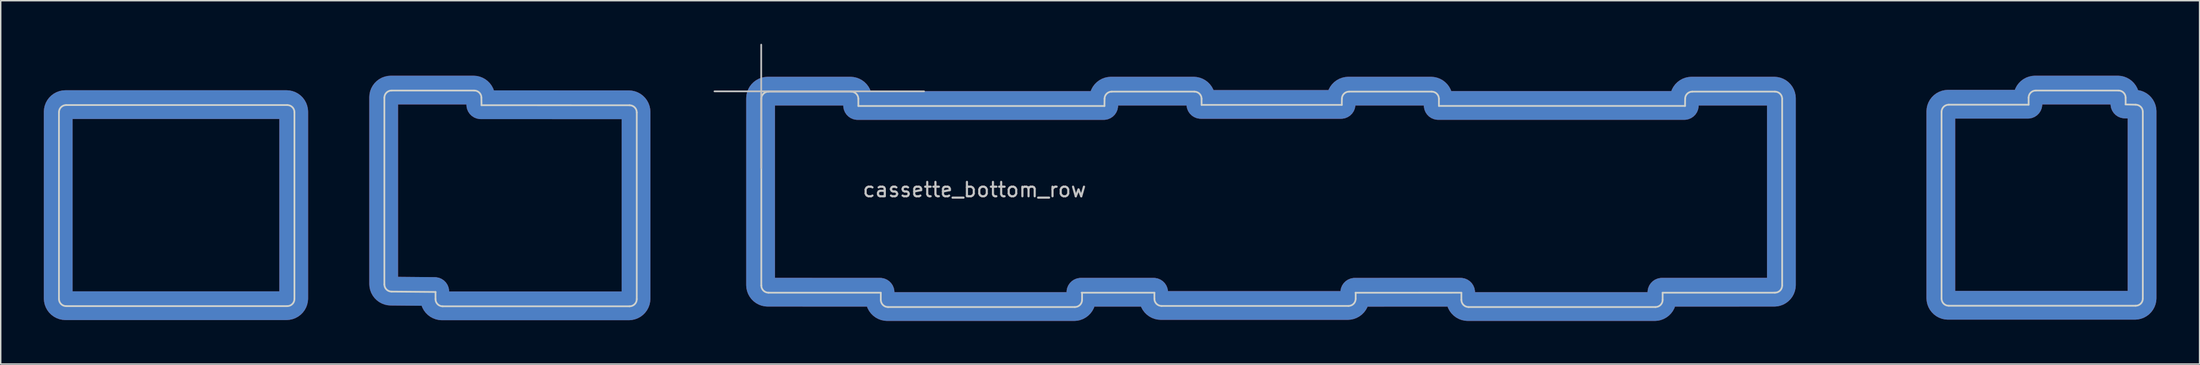
<source format=kicad_pcb>
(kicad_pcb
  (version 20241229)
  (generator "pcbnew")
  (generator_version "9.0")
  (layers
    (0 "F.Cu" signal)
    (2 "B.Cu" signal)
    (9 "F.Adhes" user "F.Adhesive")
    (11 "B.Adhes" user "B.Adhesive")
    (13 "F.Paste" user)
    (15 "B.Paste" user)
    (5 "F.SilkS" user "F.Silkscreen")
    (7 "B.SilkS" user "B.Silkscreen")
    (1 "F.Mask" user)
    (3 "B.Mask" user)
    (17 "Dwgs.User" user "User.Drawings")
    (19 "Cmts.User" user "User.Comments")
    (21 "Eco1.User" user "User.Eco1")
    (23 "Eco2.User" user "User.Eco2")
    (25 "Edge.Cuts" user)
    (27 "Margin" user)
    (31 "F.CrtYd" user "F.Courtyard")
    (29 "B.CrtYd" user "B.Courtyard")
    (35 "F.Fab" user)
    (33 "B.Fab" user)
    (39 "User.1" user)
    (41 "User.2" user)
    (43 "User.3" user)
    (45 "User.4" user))
  (footprint "cassette_bottom_row"
    (layer "F.Cu")
    (at 64.735 9.661)
    (property "Reference" "cassette_bottom_row" (at 0 0.5 0) (layer "Dwgs.User") (effects (font (size 1 1) (thickness 0.15))))
    (attr through_hole)
    (fp_line (start -18.085 -6.35) (end -3.505 -6.35) (stroke (width 0.12) (type solid)) (layer "Dwgs.User"))
    (fp_line (start -14.834 -1.016) (end -14.834 -9.601) (stroke (width 0.12) (type solid)) (layer "Dwgs.User"))
    (fp_line (start -63.684 -4.895) (end -63.684 8.105) (stroke (width 0.12) (type solid)) (layer "Edge.Cuts"))
    (fp_line (start -63.184 8.605) (end -47.803 8.605) (stroke (width 0.12) (type solid)) (layer "Edge.Cuts"))
    (fp_line (start -47.803 -5.395) (end -63.184 -5.395) (stroke (width 0.12) (type solid)) (layer "Edge.Cuts"))
    (fp_line (start -47.303 8.105) (end -47.303 -4.895) (stroke (width 0.12) (type solid)) (layer "Edge.Cuts"))
    (fp_line (start -41.047 7.093) (end -41.047 -5.907) (stroke (width 0.12) (type solid)) (layer "Edge.Cuts"))
    (fp_line (start -40.547 -6.407) (end -34.797 -6.407) (stroke (width 0.12) (type solid)) (layer "Edge.Cuts"))
    (fp_line (start -37.49 7.62) (end -40.547 7.593) (stroke (width 0.12) (type solid)) (layer "Edge.Cuts"))
    (fp_line (start -37.49 7.62) (end -37.49 8.118) (stroke (width 0.12) (type solid)) (layer "Edge.Cuts"))
    (fp_line (start -36.99 8.618) (end -23.991 8.618) (stroke (width 0.12) (type solid)) (layer "Edge.Cuts"))
    (fp_line (start -34.297 -5.907) (end -34.29 -5.385) (stroke (width 0.12) (type solid)) (layer "Edge.Cuts"))
    (fp_line (start -23.991 -5.382) (end -34.29 -5.385) (stroke (width 0.12) (type solid)) (layer "Edge.Cuts"))
    (fp_line (start -23.491 8.118) (end -23.491 -4.882) (stroke (width 0.12) (type solid)) (layer "Edge.Cuts"))
    (fp_line (start -14.828 7.169) (end -14.828 -5.831) (stroke (width 0.12) (type solid)) (layer "Edge.Cuts"))
    (fp_line (start -14.328 -6.331) (end -8.578 -6.331) (stroke (width 0.12) (type solid)) (layer "Edge.Cuts"))
    (fp_line (start -8.078 -5.831) (end -8.077 -5.331) (stroke (width 0.12) (type solid)) (layer "Edge.Cuts"))
    (fp_line (start -8.077 -5.331) (end 9.042 -5.331) (stroke (width 0.12) (type solid)) (layer "Edge.Cuts"))
    (fp_line (start -6.515 7.671) (end -14.328 7.669) (stroke (width 0.12) (type solid)) (layer "Edge.Cuts"))
    (fp_line (start -6.515 8.169) (end -6.515 7.671) (stroke (width 0.12) (type solid)) (layer "Edge.Cuts"))
    (fp_line (start 6.985 8.669) (end -6.015 8.669) (stroke (width 0.12) (type solid)) (layer "Edge.Cuts"))
    (fp_line (start 7.485 7.671) (end 7.485 8.169) (stroke (width 0.12) (type solid)) (layer "Edge.Cuts"))
    (fp_line (start 9.042 -5.331) (end 9.048 -5.831) (stroke (width 0.12) (type solid)) (layer "Edge.Cuts"))
    (fp_line (start 9.548 -6.331) (end 15.298 -6.331) (stroke (width 0.12) (type solid)) (layer "Edge.Cuts"))
    (fp_line (start 12.516 7.671) (end 7.454 7.671) (stroke (width 0.12) (type solid)) (layer "Edge.Cuts"))
    (fp_line (start 12.516 8.093) (end 12.516 7.671) (stroke (width 0.12) (type solid)) (layer "Edge.Cuts"))
    (fp_line (start 15.798 -5.831) (end 15.799 -5.407) (stroke (width 0.12) (type solid)) (layer "Edge.Cuts"))
    (fp_line (start 15.799 -5.407) (end 25.552 -5.407) (stroke (width 0.12) (type solid)) (layer "Edge.Cuts"))
    (fp_line (start 25.552 -5.407) (end 25.558 -5.831) (stroke (width 0.12) (type solid)) (layer "Edge.Cuts"))
    (fp_line (start 26.016 8.593) (end 13.016 8.593) (stroke (width 0.12) (type solid)) (layer "Edge.Cuts"))
    (fp_line (start 26.058 -6.331) (end 31.808 -6.331) (stroke (width 0.12) (type solid)) (layer "Edge.Cuts"))
    (fp_line (start 26.518 7.671) (end 26.516 8.093) (stroke (width 0.12) (type solid)) (layer "Edge.Cuts"))
    (fp_line (start 32.308 -5.831) (end 32.309 -5.334) (stroke (width 0.12) (type solid)) (layer "Edge.Cuts"))
    (fp_line (start 32.309 -5.334) (end 49.428 -5.334) (stroke (width 0.12) (type solid)) (layer "Edge.Cuts"))
    (fp_line (start 33.871 7.671) (end 26.505 7.673) (stroke (width 0.12) (type solid)) (layer "Edge.Cuts"))
    (fp_line (start 33.871 8.169) (end 33.871 7.671) (stroke (width 0.12) (type solid)) (layer "Edge.Cuts"))
    (fp_line (start 47.371 8.669) (end 34.371 8.669) (stroke (width 0.12) (type solid)) (layer "Edge.Cuts"))
    (fp_line (start 47.871 7.671) (end 47.871 8.169) (stroke (width 0.12) (type solid)) (layer "Edge.Cuts"))
    (fp_line (start 49.428 -5.334) (end 49.434 -5.831) (stroke (width 0.12) (type solid)) (layer "Edge.Cuts"))
    (fp_line (start 49.934 -6.331) (end 55.684 -6.331) (stroke (width 0.12) (type solid)) (layer "Edge.Cuts"))
    (fp_line (start 55.684 7.669) (end 47.871 7.671) (stroke (width 0.12) (type solid)) (layer "Edge.Cuts"))
    (fp_line (start 56.184 -5.831) (end 56.184 7.169) (stroke (width 0.12) (type solid)) (layer "Edge.Cuts"))
    (fp_line (start 67.272 -4.92) (end 67.272 8.08) (stroke (width 0.12) (type solid)) (layer "Edge.Cuts"))
    (fp_line (start 67.772 8.58) (end 80.772 8.58) (stroke (width 0.12) (type solid)) (layer "Edge.Cuts"))
    (fp_line (start 73.33 -5.42) (end 67.772 -5.42) (stroke (width 0.12) (type solid)) (layer "Edge.Cuts"))
    (fp_line (start 73.33 -5.42) (end 73.328 -5.907) (stroke (width 0.12) (type solid)) (layer "Edge.Cuts"))
    (fp_line (start 73.828 -6.407) (end 79.578 -6.407) (stroke (width 0.12) (type solid)) (layer "Edge.Cuts"))
    (fp_line (start 80.078 -5.907) (end 80.078 -5.436) (stroke (width 0.12) (type solid)) (layer "Edge.Cuts"))
    (fp_line (start 80.772 -5.42) (end 80.078 -5.436) (stroke (width 0.12) (type solid)) (layer "Edge.Cuts"))
    (fp_line (start 81.272 8.08) (end 81.272 -4.92) (stroke (width 0.12) (type solid)) (layer "Edge.Cuts"))
    (fp_arc (start -63.684001 -4.8952) (mid -63.537554 -5.248753) (end -63.184001 -5.3952) (stroke (width 0.12) (type solid)) (layer "Edge.Cuts"))
    (fp_arc (start -63.184001 8.6048) (mid -63.537554 8.458353) (end -63.684001 8.1048) (stroke (width 0.12) (type solid)) (layer "Edge.Cuts"))
    (fp_arc (start -47.8027 -5.3952) (mid -47.449147 -5.248753) (end -47.3027 -4.8952) (stroke (width 0.12) (type solid)) (layer "Edge.Cuts"))
    (fp_arc (start -47.3027 8.1048) (mid -47.449147 8.458353) (end -47.8027 8.6048) (stroke (width 0.12) (type solid)) (layer "Edge.Cuts"))
    (fp_arc (start -41.0465 -5.9072) (mid -40.900053 -6.260753) (end -40.5465 -6.4072) (stroke (width 0.12) (type solid)) (layer "Edge.Cuts"))
    (fp_arc (start -40.5465 7.5928) (mid -40.900053 7.446353) (end -41.0465 7.0928) (stroke (width 0.12) (type solid)) (layer "Edge.Cuts"))
    (fp_arc (start -36.9902 8.6178) (mid -37.343753 8.471353) (end -37.4902 8.1178) (stroke (width 0.12) (type solid)) (layer "Edge.Cuts"))
    (fp_arc (start -34.7965 -6.4072) (mid -34.442947 -6.260753) (end -34.2965 -5.9072) (stroke (width 0.12) (type solid)) (layer "Edge.Cuts"))
    (fp_arc (start -23.9907 -5.3822) (mid -23.637147 -5.235753) (end -23.4907 -4.8822) (stroke (width 0.12) (type solid)) (layer "Edge.Cuts"))
    (fp_arc (start -23.4907 8.1178) (mid -23.637147 8.471353) (end -23.9907 8.6178) (stroke (width 0.12) (type solid)) (layer "Edge.Cuts"))
    (fp_arc (start -14.8277 -5.8312) (mid -14.681253 -6.184753) (end -14.3277 -6.3312) (stroke (width 0.12) (type solid)) (layer "Edge.Cuts"))
    (fp_arc (start -14.3277 7.6688) (mid -14.681253 7.522353) (end -14.8277 7.1688) (stroke (width 0.12) (type solid)) (layer "Edge.Cuts"))
    (fp_arc (start -8.5777 -6.3312) (mid -8.224147 -6.184753) (end -8.0777 -5.8312) (stroke (width 0.12) (type solid)) (layer "Edge.Cuts"))
    (fp_arc (start -6.0147 8.6688) (mid -6.368253 8.522353) (end -6.5147 8.1688) (stroke (width 0.12) (type solid)) (layer "Edge.Cuts"))
    (fp_arc (start 7.4853 8.1688) (mid 7.338853 8.522353) (end 6.9853 8.6688) (stroke (width 0.12) (type solid)) (layer "Edge.Cuts"))
    (fp_arc (start 9.0483 -5.8312) (mid 9.194747 -6.184753) (end 9.5483 -6.3312) (stroke (width 0.12) (type solid)) (layer "Edge.Cuts"))
    (fp_arc (start 13.0163 8.5928) (mid 12.662747 8.446353) (end 12.5163 8.0928) (stroke (width 0.12) (type solid)) (layer "Edge.Cuts"))
    (fp_arc (start 15.2983 -6.3312) (mid 15.651853 -6.184753) (end 15.7983 -5.8312) (stroke (width 0.12) (type solid)) (layer "Edge.Cuts"))
    (fp_arc (start 25.5583 -5.8312) (mid 25.704747 -6.184753) (end 26.0583 -6.3312) (stroke (width 0.12) (type solid)) (layer "Edge.Cuts"))
    (fp_arc (start 26.5163 8.0928) (mid 26.369853 8.446353) (end 26.0163 8.5928) (stroke (width 0.12) (type solid)) (layer "Edge.Cuts"))
    (fp_arc (start 31.8083 -6.3312) (mid 32.161853 -6.184753) (end 32.3083 -5.8312) (stroke (width 0.12) (type solid)) (layer "Edge.Cuts"))
    (fp_arc (start 34.3713 8.6688) (mid 34.017747 8.522353) (end 33.8713 8.1688) (stroke (width 0.12) (type solid)) (layer "Edge.Cuts"))
    (fp_arc (start 47.8713 8.1688) (mid 47.724853 8.522353) (end 47.3713 8.6688) (stroke (width 0.12) (type solid)) (layer "Edge.Cuts"))
    (fp_arc (start 49.4343 -5.8312) (mid 49.580747 -6.184753) (end 49.9343 -6.3312) (stroke (width 0.12) (type solid)) (layer "Edge.Cuts"))
    (fp_arc (start 55.6843 -6.3312) (mid 56.037853 -6.184753) (end 56.1843 -5.8312) (stroke (width 0.12) (type solid)) (layer "Edge.Cuts"))
    (fp_arc (start 56.1843 7.1688) (mid 56.037853 7.522353) (end 55.6843 7.6688) (stroke (width 0.12) (type solid)) (layer "Edge.Cuts"))
    (fp_arc (start 67.2723 -4.9202) (mid 67.418747 -5.273753) (end 67.7723 -5.4202) (stroke (width 0.12) (type solid)) (layer "Edge.Cuts"))
    (fp_arc (start 67.7723 8.5798) (mid 67.418747 8.433353) (end 67.2723 8.0798) (stroke (width 0.12) (type solid)) (layer "Edge.Cuts"))
    (fp_arc (start 73.3283 -5.9072) (mid 73.474747 -6.260753) (end 73.8283 -6.4072) (stroke (width 0.12) (type solid)) (layer "Edge.Cuts"))
    (fp_arc (start 79.5783 -6.4072) (mid 79.931853 -6.260753) (end 80.0783 -5.9072) (stroke (width 0.12) (type solid)) (layer "Edge.Cuts"))
    (fp_arc (start 80.7723 -5.4202) (mid 81.125853 -5.273753) (end 81.2723 -4.9202) (stroke (width 0.12) (type solid)) (layer "Edge.Cuts"))
    (fp_arc (start 81.2723 8.0798) (mid 81.125853 8.433353) (end 80.7723 8.5798) (stroke (width 0.12) (type solid)) (layer "Edge.Cuts"))
    (pad "1" smd custom (at -63.5 -5.232) (size 1.524 1.524) (layers "F.Cu" "F.Mask") (options (anchor circle)) (primitives (gr_line (start 16.147 13.305) (end 16.147 0.305) (width 2)) (gr_line (start 15.646 -0.195) (end 0.265 -0.195) (width 2)) (gr_line (start -0.235 0.305) (end -0.235 13.305) (width 2)) (gr_line (start 0.265 13.805) (end 15.646 13.805) (width 2)) (gr_arc (start -0.2349 0.3048) (mid -0.088453 -0.048753) (end 0.2651 -0.1952) (width 2)) (gr_arc (start 15.6464 -0.1952) (mid 15.999953 -0.048753) (end 16.1464 0.3048) (width 2)) (gr_arc (start 16.1464 13.3048) (mid 15.999953 13.658353) (end 15.6464 13.8048) (width 2)) (gr_arc (start 0.2651 13.8048) (mid -0.088453 13.658353) (end -0.2349 13.3048) (width 2))))
    (pad "1" smd custom (at -63.5 -5.232) (size 1.524 1.524) (layers "B.Cu" "B.Mask") (options (anchor circle)) (primitives (gr_line (start 16.147 13.305) (end 16.147 0.305) (width 2)) (gr_line (start 15.646 -0.195) (end 0.265 -0.195) (width 2)) (gr_line (start -0.235 0.305) (end -0.235 13.305) (width 2)) (gr_line (start 0.265 13.805) (end 15.646 13.805) (width 2)) (gr_arc (start -0.2349 0.3048) (mid -0.088453 -0.048753) (end 0.2651 -0.1952) (width 2)) (gr_arc (start 15.6464 -0.1952) (mid 15.999953 -0.048753) (end 16.1464 0.3048) (width 2)) (gr_arc (start 16.1464 13.3048) (mid 15.999953 13.658353) (end 15.6464 13.8048) (width 2)) (gr_arc (start 0.2651 13.8048) (mid -0.088453 13.658353) (end -0.2349 13.3048) (width 2))))
    (pad "2" smd custom (at -40.894 -6.248) (size 1.524 1.524) (layers "F.Cu" "F.Mask") (options (anchor circle)) (primitives (gr_line (start 16.852 0.834) (end 6.553 0.831) (width 2)) (gr_line (start 3.853 14.834) (end 16.852 14.834) (width 2)) (gr_line (start 3.353 13.836) (end 0.297 13.809) (width 2)) (gr_line (start 6.547 0.309) (end 6.553 0.831) (width 2)) (gr_line (start 17.352 14.334) (end 17.352 1.334) (width 2)) (gr_line (start 3.353 13.836) (end 3.353 14.334) (width 2)) (gr_line (start -0.203 13.309) (end -0.203 0.309) (width 2)) (gr_line (start 0.297 -0.191) (end 6.047 -0.191) (width 2)) (gr_arc (start 3.8529 14.8338) (mid 3.499347 14.687353) (end 3.3529 14.3338) (width 2)) (gr_arc (start 17.3519 14.3338) (mid 17.205453 14.687353) (end 16.8519 14.8338) (width 2)) (gr_arc (start 6.0469 -0.1912) (mid 6.400453 -0.044753) (end 6.5469 0.3088) (width 2)) (gr_arc (start 0.2969 13.8088) (mid -0.056653 13.662353) (end -0.2031 13.3088) (width 2)) (gr_arc (start 16.8519 0.8338) (mid 17.205453 0.980247) (end 17.3519 1.3338) (width 2)) (gr_arc (start -0.2031 0.3088) (mid -0.056653 -0.044753) (end 0.2969 -0.1912) (width 2))))
    (pad "2" smd custom (at -40.894 -6.248) (size 1.524 1.524) (layers "B.Cu" "B.Mask") (options (anchor circle)) (primitives (gr_line (start 16.852 0.834) (end 6.553 0.831) (width 2)) (gr_line (start 3.853 14.834) (end 16.852 14.834) (width 2)) (gr_line (start 3.353 13.836) (end 0.297 13.809) (width 2)) (gr_line (start 6.547 0.309) (end 6.553 0.831) (width 2)) (gr_line (start 17.352 14.334) (end 17.352 1.334) (width 2)) (gr_line (start 3.353 13.836) (end 3.353 14.334) (width 2)) (gr_line (start -0.203 13.309) (end -0.203 0.309) (width 2)) (gr_line (start 0.297 -0.191) (end 6.047 -0.191) (width 2)) (gr_arc (start 3.8529 14.8338) (mid 3.499347 14.687353) (end 3.3529 14.3338) (width 2)) (gr_arc (start 17.3519 14.3338) (mid 17.205453 14.687353) (end 16.8519 14.8338) (width 2)) (gr_arc (start 6.0469 -0.1912) (mid 6.400453 -0.044753) (end 6.5469 0.3088) (width 2)) (gr_arc (start 0.2969 13.8088) (mid -0.056653 13.662353) (end -0.2031 13.3088) (width 2)) (gr_arc (start 16.8519 0.8338) (mid 17.205453 0.980247) (end 17.3519 1.3338) (width 2)) (gr_arc (start -0.2031 0.3088) (mid -0.056653 -0.044753) (end 0.2969 -0.1912) (width 2))))
    (pad "3" smd custom (at -14.783 -6.147) (size 1.524 1.524) (layers "F.Cu" "F.Mask") (options (anchor circle)) (primitives (gr_line (start 47.041 0.283) (end 47.041 0.78) (width 2)) (gr_line (start 21.717 14.783) (end 8.717 14.783) (width 2)) (gr_line (start 8.217 13.785) (end 0.404 13.783) (width 2)) (gr_line (start 64.666 -0.217) (end 70.416 -0.217) (width 2)) (gr_line (start 40.791 -0.217) (end 46.541 -0.217) (width 2)) (gr_line (start 6.655 0.783) (end 23.775 0.783) (width 2)) (gr_line (start -0.096 13.283) (end -0.096 0.283) (width 2)) (gr_line (start 6.654 0.283) (end 6.655 0.783) (width 2)) (gr_line (start 64.161 0.78) (end 64.166 0.283) (width 2)) (gr_line (start 62.103 14.783) (end 49.103 14.783) (width 2)) (gr_line (start 48.603 13.785) (end 41.237 13.787) (width 2)) (gr_line (start 27.249 14.207) (end 27.249 13.785) (width 2)) (gr_line (start 0.404 -0.217) (end 6.154 -0.217) (width 2)) (gr_line (start 30.53 0.283) (end 30.531 0.707) (width 2)) (gr_line (start 47.041 0.78) (end 64.161 0.78) (width 2)) (gr_line (start 70.416 13.783) (end 62.603 13.785) (width 2)) (gr_line (start 48.603 14.283) (end 48.603 13.785) (width 2)) (gr_line (start 24.28 -0.217) (end 30.03 -0.217) (width 2)) (gr_line (start 40.749 14.707) (end 27.749 14.707) (width 2)) (gr_line (start 22.217 13.785) (end 22.217 14.283) (width 2)) (gr_line (start 70.916 0.283) (end 70.916 13.283) (width 2)) (gr_line (start 40.285 0.707) (end 40.291 0.283) (width 2)) (gr_line (start 8.217 14.283) (end 8.217 13.785) (width 2)) (gr_line (start 41.25 13.785) (end 41.249 14.207) (width 2)) (gr_line (start 62.603 13.785) (end 62.603 14.283) (width 2)) (gr_line (start 30.531 0.707) (end 40.285 0.707) (width 2)) (gr_line (start 27.249 13.785) (end 22.186 13.785) (width 2)) (gr_line (start 23.775 0.783) (end 23.78 0.283) (width 2)) (gr_arc (start 62.6027 14.2832) (mid 62.456253 14.636753) (end 62.1027 14.7832) (width 2)) (gr_arc (start 64.1657 0.2832) (mid 64.312147 -0.070353) (end 64.6657 -0.2168) (width 2)) (gr_arc (start 22.2167 14.2832) (mid 22.070253 14.636753) (end 21.7167 14.7832) (width 2)) (gr_arc (start 70.4157 -0.2168) (mid 70.769253 -0.070353) (end 70.9157 0.2832) (width 2)) (gr_arc (start 46.5407 -0.2168) (mid 46.894253 -0.070353) (end 47.0407 0.2832) (width 2)) (gr_arc (start 6.1537 -0.2168) (mid 6.507253 -0.070353) (end 6.6537 0.2832) (width 2)) (gr_arc (start 23.7797 0.2832) (mid 23.926147 -0.070353) (end 24.2797 -0.2168) (width 2)) (gr_arc (start -0.0963 0.2832) (mid 0.050147 -0.070353) (end 0.4037 -0.2168) (width 2)) (gr_arc (start 40.2907 0.2832) (mid 40.437147 -0.070353) (end 40.7907 -0.2168) (width 2)) (gr_arc (start 41.2487 14.2072) (mid 41.102253 14.560753) (end 40.7487 14.7072) (width 2)) (gr_arc (start 0.4037 13.7832) (mid 0.050147 13.636753) (end -0.0963 13.2832) (width 2)) (gr_arc (start 8.7167 14.7832) (mid 8.363147 14.636753) (end 8.2167 14.2832) (width 2)) (gr_arc (start 49.1027 14.7832) (mid 48.749147 14.636753) (end 48.6027 14.2832) (width 2)) (gr_arc (start 70.9157 13.2832) (mid 70.769253 13.636753) (end 70.4157 13.7832) (width 2)) (gr_arc (start 30.0297 -0.2168) (mid 30.383253 -0.070353) (end 30.5297 0.2832) (width 2)) (gr_arc (start 27.7487 14.7072) (mid 27.395147 14.560753) (end 27.2487 14.2072) (width 2))))
    (pad "3" smd custom (at -14.783 -6.147) (size 1.524 1.524) (layers "B.Cu" "B.Mask") (options (anchor circle)) (primitives (gr_line (start 47.041 0.283) (end 47.041 0.78) (width 2)) (gr_line (start 21.717 14.783) (end 8.717 14.783) (width 2)) (gr_line (start 8.217 13.785) (end 0.404 13.783) (width 2)) (gr_line (start 64.666 -0.217) (end 70.416 -0.217) (width 2)) (gr_line (start 40.791 -0.217) (end 46.541 -0.217) (width 2)) (gr_line (start 6.655 0.783) (end 23.775 0.783) (width 2)) (gr_line (start -0.096 13.283) (end -0.096 0.283) (width 2)) (gr_line (start 6.654 0.283) (end 6.655 0.783) (width 2)) (gr_line (start 64.161 0.78) (end 64.166 0.283) (width 2)) (gr_line (start 62.103 14.783) (end 49.103 14.783) (width 2)) (gr_line (start 48.603 13.785) (end 41.237 13.787) (width 2)) (gr_line (start 27.249 14.207) (end 27.249 13.785) (width 2)) (gr_line (start 0.404 -0.217) (end 6.154 -0.217) (width 2)) (gr_line (start 30.53 0.283) (end 30.531 0.707) (width 2)) (gr_line (start 47.041 0.78) (end 64.161 0.78) (width 2)) (gr_line (start 70.416 13.783) (end 62.603 13.785) (width 2)) (gr_line (start 48.603 14.283) (end 48.603 13.785) (width 2)) (gr_line (start 24.28 -0.217) (end 30.03 -0.217) (width 2)) (gr_line (start 40.749 14.707) (end 27.749 14.707) (width 2)) (gr_line (start 22.217 13.785) (end 22.217 14.283) (width 2)) (gr_line (start 70.916 0.283) (end 70.916 13.283) (width 2)) (gr_line (start 40.285 0.707) (end 40.291 0.283) (width 2)) (gr_line (start 8.217 14.283) (end 8.217 13.785) (width 2)) (gr_line (start 41.25 13.785) (end 41.249 14.207) (width 2)) (gr_line (start 62.603 13.785) (end 62.603 14.283) (width 2)) (gr_line (start 30.531 0.707) (end 40.285 0.707) (width 2)) (gr_line (start 27.249 13.785) (end 22.186 13.785) (width 2)) (gr_line (start 23.775 0.783) (end 23.78 0.283) (width 2)) (gr_arc (start 62.6027 14.2832) (mid 62.456253 14.636753) (end 62.1027 14.7832) (width 2)) (gr_arc (start 64.1657 0.2832) (mid 64.312147 -0.070353) (end 64.6657 -0.2168) (width 2)) (gr_arc (start 22.2167 14.2832) (mid 22.070253 14.636753) (end 21.7167 14.7832) (width 2)) (gr_arc (start 70.4157 -0.2168) (mid 70.769253 -0.070353) (end 70.9157 0.2832) (width 2)) (gr_arc (start 46.5407 -0.2168) (mid 46.894253 -0.070353) (end 47.0407 0.2832) (width 2)) (gr_arc (start 6.1537 -0.2168) (mid 6.507253 -0.070353) (end 6.6537 0.2832) (width 2)) (gr_arc (start 23.7797 0.2832) (mid 23.926147 -0.070353) (end 24.2797 -0.2168) (width 2)) (gr_arc (start -0.0963 0.2832) (mid 0.050147 -0.070353) (end 0.4037 -0.2168) (width 2)) (gr_arc (start 40.2907 0.2832) (mid 40.437147 -0.070353) (end 40.7907 -0.2168) (width 2)) (gr_arc (start 41.2487 14.2072) (mid 41.102253 14.560753) (end 40.7487 14.7072) (width 2)) (gr_arc (start 0.4037 13.7832) (mid 0.050147 13.636753) (end -0.0963 13.2832) (width 2)) (gr_arc (start 8.7167 14.7832) (mid 8.363147 14.636753) (end 8.2167 14.2832) (width 2)) (gr_arc (start 49.1027 14.7832) (mid 48.749147 14.636753) (end 48.6027 14.2832) (width 2)) (gr_arc (start 70.9157 13.2832) (mid 70.769253 13.636753) (end 70.4157 13.7832) (width 2)) (gr_arc (start 30.0297 -0.2168) (mid 30.383253 -0.070353) (end 30.5297 0.2832) (width 2)) (gr_arc (start 27.7487 14.7072) (mid 27.395147 14.560753) (end 27.2487 14.2072) (width 2))))
    (pad "4" smd custom (at 67.31 -5.131) (size 1.524 1.524) (layers "F.Cu" "F.Mask") (options (anchor circle)) (primitives (gr_line (start -0.088 0.178) (end -0.088 13.178) (width 2)) (gr_line (start 0.412 13.678) (end 13.411 13.678) (width 2)) (gr_line (start 6.467 -1.309) (end 12.217 -1.309) (width 2)) (gr_line (start 13.411 -0.322) (end 12.717 -0.337) (width 2)) (gr_line (start 5.969 -0.322) (end 5.967 -0.809) (width 2)) (gr_line (start 12.717 -0.809) (end 12.717 -0.337) (width 2)) (gr_line (start 5.969 -0.322) (end 0.412 -0.322) (width 2)) (gr_line (start 13.911 13.178) (end 13.911 0.178) (width 2)) (gr_arc (start -0.0881 0.1782) (mid 0.058347 -0.175353) (end 0.4119 -0.3218) (width 2)) (gr_arc (start 13.4109 -0.3218) (mid 13.764453 -0.175353) (end 13.9109 0.1782) (width 2)) (gr_arc (start 0.4119 13.6782) (mid 0.058347 13.531753) (end -0.0881 13.1782) (width 2)) (gr_arc (start 5.9669 -0.8088) (mid 6.113347 -1.162353) (end 6.4669 -1.3088) (width 2)) (gr_arc (start 13.9109 13.1782) (mid 13.764453 13.531753) (end 13.4109 13.6782) (width 2)) (gr_arc (start 12.2169 -1.3088) (mid 12.570453 -1.162353) (end 12.7169 -0.8088) (width 2))))
    (pad "4" smd custom (at 67.31 -5.131) (size 1.524 1.524) (layers "B.Cu" "B.Mask") (options (anchor circle)) (primitives (gr_line (start -0.088 0.178) (end -0.088 13.178) (width 2)) (gr_line (start 0.412 13.678) (end 13.411 13.678) (width 2)) (gr_line (start 6.467 -1.309) (end 12.217 -1.309) (width 2)) (gr_line (start 13.411 -0.322) (end 12.717 -0.337) (width 2)) (gr_line (start 5.969 -0.322) (end 5.967 -0.809) (width 2)) (gr_line (start 12.717 -0.809) (end 12.717 -0.337) (width 2)) (gr_line (start 5.969 -0.322) (end 0.412 -0.322) (width 2)) (gr_line (start 13.911 13.178) (end 13.911 0.178) (width 2)) (gr_arc (start -0.0881 0.1782) (mid 0.058347 -0.175353) (end 0.4119 -0.3218) (width 2)) (gr_arc (start 13.4109 -0.3218) (mid 13.764453 -0.175353) (end 13.9109 0.1782) (width 2)) (gr_arc (start 0.4119 13.6782) (mid 0.058347 13.531753) (end -0.0881 13.1782) (width 2)) (gr_arc (start 5.9669 -0.8088) (mid 6.113347 -1.162353) (end 6.4669 -1.3088) (width 2)) (gr_arc (start 13.9109 13.1782) (mid 13.764453 13.531753) (end 13.4109 13.6782) (width 2)) (gr_arc (start 12.2169 -1.3088) (mid 12.570453 -1.162353) (end 12.7169 -0.8088) (width 2)))))
  (gr_rect
    (start -3 -3)
    (end 149.956 22.298)
    (stroke (width 0.1) (type default))
    (fill no)
    (layer "Edge.Cuts")))
</source>
